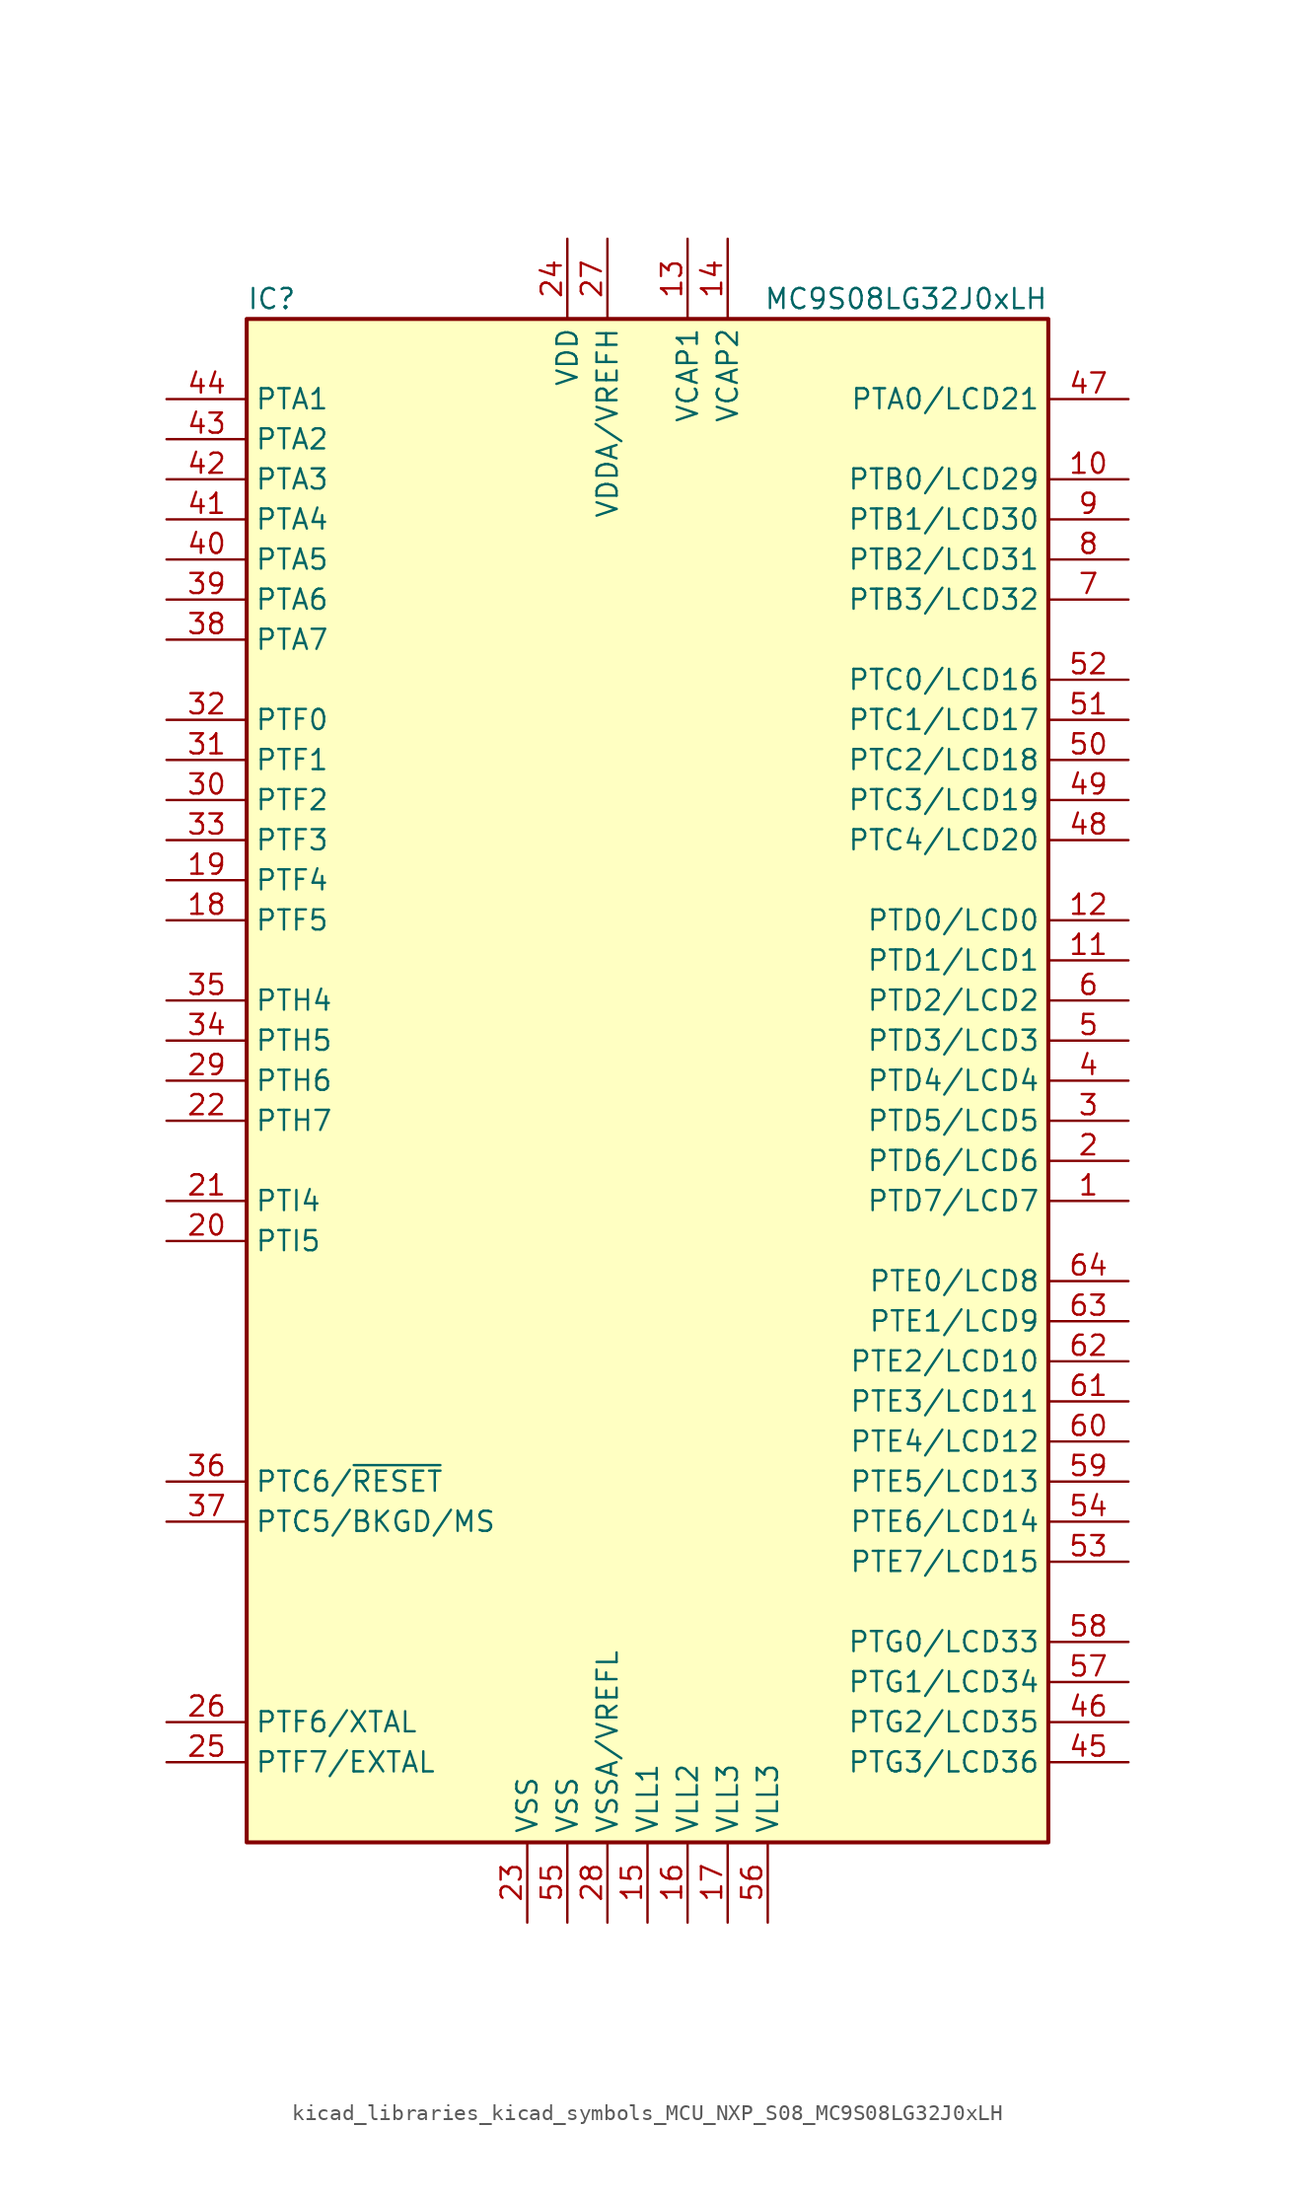
<source format=kicad_sym>
(kicad_symbol_lib
  (version 20220914)
  (generator kicad_symbol_editor)
  (symbol "kicad_libraries_kicad_symbols_MCU_NXP_S08_MC9S08LG32J0xLH"
    (property "Reference" "IC"
      (at -25.4 49.53 0)
      (effects (font (size 1.27 1.27)) (justify left)))
    (property "Value" "MC9S08LG32J0xLH"
      (at 25.4 49.53 0)
      (effects (font (size 1.27 1.27)) (justify right)))
    (symbol "kicad_libraries_kicad_symbols_MCU_NXP_S08_MC9S08LG32J0xLH_0_1"
      (rectangle (start -25.4 48.26) (end 25.4 -48.26) (stroke (width 0.254) (type default)) (fill (type background))))
    (symbol "kicad_libraries_kicad_symbols_MCU_NXP_S08_MC9S08LG32J0xLH_1_1"
      (pin bidirectional line (at 30.48 -7.62 180) (length 5.08) (name "PTD7/LCD7" (effects (font (size 1.27 1.27)))) (number "1" (effects (font (size 1.27 1.27)))))
      (pin bidirectional line (at 30.48 38.1 180) (length 5.08) (name "PTB0/LCD29" (effects (font (size 1.27 1.27)))) (number "10" (effects (font (size 1.27 1.27)))))
      (pin bidirectional line (at 30.48 7.62 180) (length 5.08) (name "PTD1/LCD1" (effects (font (size 1.27 1.27)))) (number "11" (effects (font (size 1.27 1.27)))))
      (pin bidirectional line (at 30.48 10.16 180) (length 5.08) (name "PTD0/LCD0" (effects (font (size 1.27 1.27)))) (number "12" (effects (font (size 1.27 1.27)))))
      (pin power_in line (at 2.54 53.34 270) (length 5.08) (name "VCAP1" (effects (font (size 1.27 1.27)))) (number "13" (effects (font (size 1.27 1.27)))))
      (pin power_in line (at 5.08 53.34 270) (length 5.08) (name "VCAP2" (effects (font (size 1.27 1.27)))) (number "14" (effects (font (size 1.27 1.27)))))
      (pin power_in line (at 0 -53.34 90) (length 5.08) (name "VLL1" (effects (font (size 1.27 1.27)))) (number "15" (effects (font (size 1.27 1.27)))))
      (pin power_in line (at 2.54 -53.34 90) (length 5.08) (name "VLL2" (effects (font (size 1.27 1.27)))) (number "16" (effects (font (size 1.27 1.27)))))
      (pin power_in line (at 5.08 -53.34 90) (length 5.08) (name "VLL3" (effects (font (size 1.27 1.27)))) (number "17" (effects (font (size 1.27 1.27)))))
      (pin bidirectional line (at -30.48 10.16 0) (length 5.08) (name "PTF5" (effects (font (size 1.27 1.27)))) (number "18" (effects (font (size 1.27 1.27)))))
      (pin bidirectional line (at -30.48 12.7 0) (length 5.08) (name "PTF4" (effects (font (size 1.27 1.27)))) (number "19" (effects (font (size 1.27 1.27)))))
      (pin bidirectional line (at 30.48 -5.08 180) (length 5.08) (name "PTD6/LCD6" (effects (font (size 1.27 1.27)))) (number "2" (effects (font (size 1.27 1.27)))))
      (pin bidirectional line (at -30.48 -10.16 0) (length 5.08) (name "PTI5" (effects (font (size 1.27 1.27)))) (number "20" (effects (font (size 1.27 1.27)))))
      (pin bidirectional line (at -30.48 -7.62 0) (length 5.08) (name "PTI4" (effects (font (size 1.27 1.27)))) (number "21" (effects (font (size 1.27 1.27)))))
      (pin bidirectional line (at -30.48 -2.54 0) (length 5.08) (name "PTH7" (effects (font (size 1.27 1.27)))) (number "22" (effects (font (size 1.27 1.27)))))
      (pin power_in line (at -7.62 -53.34 90) (length 5.08) (name "VSS" (effects (font (size 1.27 1.27)))) (number "23" (effects (font (size 1.27 1.27)))))
      (pin power_in line (at -5.08 53.34 270) (length 5.08) (name "VDD" (effects (font (size 1.27 1.27)))) (number "24" (effects (font (size 1.27 1.27)))))
      (pin bidirectional line (at -30.48 -43.18 0) (length 5.08) (name "PTF7/EXTAL" (effects (font (size 1.27 1.27)))) (number "25" (effects (font (size 1.27 1.27)))))
      (pin bidirectional line (at -30.48 -40.64 0) (length 5.08) (name "PTF6/XTAL" (effects (font (size 1.27 1.27)))) (number "26" (effects (font (size 1.27 1.27)))))
      (pin power_in line (at -2.54 53.34 270) (length 5.08) (name "VDDA/VREFH" (effects (font (size 1.27 1.27)))) (number "27" (effects (font (size 1.27 1.27)))))
      (pin power_in line (at -2.54 -53.34 90) (length 5.08) (name "VSSA/VREFL" (effects (font (size 1.27 1.27)))) (number "28" (effects (font (size 1.27 1.27)))))
      (pin bidirectional line (at -30.48 0 0) (length 5.08) (name "PTH6" (effects (font (size 1.27 1.27)))) (number "29" (effects (font (size 1.27 1.27)))))
      (pin bidirectional line (at 30.48 -2.54 180) (length 5.08) (name "PTD5/LCD5" (effects (font (size 1.27 1.27)))) (number "3" (effects (font (size 1.27 1.27)))))
      (pin bidirectional line (at -30.48 17.78 0) (length 5.08) (name "PTF2" (effects (font (size 1.27 1.27)))) (number "30" (effects (font (size 1.27 1.27)))))
      (pin bidirectional line (at -30.48 20.32 0) (length 5.08) (name "PTF1" (effects (font (size 1.27 1.27)))) (number "31" (effects (font (size 1.27 1.27)))))
      (pin bidirectional line (at -30.48 22.86 0) (length 5.08) (name "PTF0" (effects (font (size 1.27 1.27)))) (number "32" (effects (font (size 1.27 1.27)))))
      (pin bidirectional line (at -30.48 15.24 0) (length 5.08) (name "PTF3" (effects (font (size 1.27 1.27)))) (number "33" (effects (font (size 1.27 1.27)))))
      (pin bidirectional line (at -30.48 2.54 0) (length 5.08) (name "PTH5" (effects (font (size 1.27 1.27)))) (number "34" (effects (font (size 1.27 1.27)))))
      (pin bidirectional line (at -30.48 5.08 0) (length 5.08) (name "PTH4" (effects (font (size 1.27 1.27)))) (number "35" (effects (font (size 1.27 1.27)))))
      (pin bidirectional line (at -30.48 -25.4 0) (length 5.08) (name "PTC6/~{RESET}" (effects (font (size 1.27 1.27)))) (number "36" (effects (font (size 1.27 1.27)))))
      (pin bidirectional line (at -30.48 -27.94 0) (length 5.08) (name "PTC5/BKGD/MS" (effects (font (size 1.27 1.27)))) (number "37" (effects (font (size 1.27 1.27)))))
      (pin bidirectional line (at -30.48 27.94 0) (length 5.08) (name "PTA7" (effects (font (size 1.27 1.27)))) (number "38" (effects (font (size 1.27 1.27)))))
      (pin bidirectional line (at -30.48 30.48 0) (length 5.08) (name "PTA6" (effects (font (size 1.27 1.27)))) (number "39" (effects (font (size 1.27 1.27)))))
      (pin bidirectional line (at 30.48 0 180) (length 5.08) (name "PTD4/LCD4" (effects (font (size 1.27 1.27)))) (number "4" (effects (font (size 1.27 1.27)))))
      (pin bidirectional line (at -30.48 33.02 0) (length 5.08) (name "PTA5" (effects (font (size 1.27 1.27)))) (number "40" (effects (font (size 1.27 1.27)))))
      (pin bidirectional line (at -30.48 35.56 0) (length 5.08) (name "PTA4" (effects (font (size 1.27 1.27)))) (number "41" (effects (font (size 1.27 1.27)))))
      (pin bidirectional line (at -30.48 38.1 0) (length 5.08) (name "PTA3" (effects (font (size 1.27 1.27)))) (number "42" (effects (font (size 1.27 1.27)))))
      (pin bidirectional line (at -30.48 40.64 0) (length 5.08) (name "PTA2" (effects (font (size 1.27 1.27)))) (number "43" (effects (font (size 1.27 1.27)))))
      (pin bidirectional line (at -30.48 43.18 0) (length 5.08) (name "PTA1" (effects (font (size 1.27 1.27)))) (number "44" (effects (font (size 1.27 1.27)))))
      (pin bidirectional line (at 30.48 -43.18 180) (length 5.08) (name "PTG3/LCD36" (effects (font (size 1.27 1.27)))) (number "45" (effects (font (size 1.27 1.27)))))
      (pin bidirectional line (at 30.48 -40.64 180) (length 5.08) (name "PTG2/LCD35" (effects (font (size 1.27 1.27)))) (number "46" (effects (font (size 1.27 1.27)))))
      (pin bidirectional line (at 30.48 43.18 180) (length 5.08) (name "PTA0/LCD21" (effects (font (size 1.27 1.27)))) (number "47" (effects (font (size 1.27 1.27)))))
      (pin bidirectional line (at 30.48 15.24 180) (length 5.08) (name "PTC4/LCD20" (effects (font (size 1.27 1.27)))) (number "48" (effects (font (size 1.27 1.27)))))
      (pin bidirectional line (at 30.48 17.78 180) (length 5.08) (name "PTC3/LCD19" (effects (font (size 1.27 1.27)))) (number "49" (effects (font (size 1.27 1.27)))))
      (pin bidirectional line (at 30.48 2.54 180) (length 5.08) (name "PTD3/LCD3" (effects (font (size 1.27 1.27)))) (number "5" (effects (font (size 1.27 1.27)))))
      (pin bidirectional line (at 30.48 20.32 180) (length 5.08) (name "PTC2/LCD18" (effects (font (size 1.27 1.27)))) (number "50" (effects (font (size 1.27 1.27)))))
      (pin bidirectional line (at 30.48 22.86 180) (length 5.08) (name "PTC1/LCD17" (effects (font (size 1.27 1.27)))) (number "51" (effects (font (size 1.27 1.27)))))
      (pin bidirectional line (at 30.48 25.4 180) (length 5.08) (name "PTC0/LCD16" (effects (font (size 1.27 1.27)))) (number "52" (effects (font (size 1.27 1.27)))))
      (pin bidirectional line (at 30.48 -30.48 180) (length 5.08) (name "PTE7/LCD15" (effects (font (size 1.27 1.27)))) (number "53" (effects (font (size 1.27 1.27)))))
      (pin bidirectional line (at 30.48 -27.94 180) (length 5.08) (name "PTE6/LCD14" (effects (font (size 1.27 1.27)))) (number "54" (effects (font (size 1.27 1.27)))))
      (pin power_in line (at -5.08 -53.34 90) (length 5.08) (name "VSS" (effects (font (size 1.27 1.27)))) (number "55" (effects (font (size 1.27 1.27)))))
      (pin power_in line (at 7.62 -53.34 90) (length 5.08) (name "VLL3" (effects (font (size 1.27 1.27)))) (number "56" (effects (font (size 1.27 1.27)))))
      (pin bidirectional line (at 30.48 -38.1 180) (length 5.08) (name "PTG1/LCD34" (effects (font (size 1.27 1.27)))) (number "57" (effects (font (size 1.27 1.27)))))
      (pin bidirectional line (at 30.48 -35.56 180) (length 5.08) (name "PTG0/LCD33" (effects (font (size 1.27 1.27)))) (number "58" (effects (font (size 1.27 1.27)))))
      (pin bidirectional line (at 30.48 -25.4 180) (length 5.08) (name "PTE5/LCD13" (effects (font (size 1.27 1.27)))) (number "59" (effects (font (size 1.27 1.27)))))
      (pin bidirectional line (at 30.48 5.08 180) (length 5.08) (name "PTD2/LCD2" (effects (font (size 1.27 1.27)))) (number "6" (effects (font (size 1.27 1.27)))))
      (pin bidirectional line (at 30.48 -22.86 180) (length 5.08) (name "PTE4/LCD12" (effects (font (size 1.27 1.27)))) (number "60" (effects (font (size 1.27 1.27)))))
      (pin bidirectional line (at 30.48 -20.32 180) (length 5.08) (name "PTE3/LCD11" (effects (font (size 1.27 1.27)))) (number "61" (effects (font (size 1.27 1.27)))))
      (pin bidirectional line (at 30.48 -17.78 180) (length 5.08) (name "PTE2/LCD10" (effects (font (size 1.27 1.27)))) (number "62" (effects (font (size 1.27 1.27)))))
      (pin bidirectional line (at 30.48 -15.24 180) (length 5.08) (name "PTE1/LCD9" (effects (font (size 1.27 1.27)))) (number "63" (effects (font (size 1.27 1.27)))))
      (pin bidirectional line (at 30.48 -12.7 180) (length 5.08) (name "PTE0/LCD8" (effects (font (size 1.27 1.27)))) (number "64" (effects (font (size 1.27 1.27)))))
      (pin bidirectional line (at 30.48 30.48 180) (length 5.08) (name "PTB3/LCD32" (effects (font (size 1.27 1.27)))) (number "7" (effects (font (size 1.27 1.27)))))
      (pin bidirectional line (at 30.48 33.02 180) (length 5.08) (name "PTB2/LCD31" (effects (font (size 1.27 1.27)))) (number "8" (effects (font (size 1.27 1.27)))))
      (pin bidirectional line (at 30.48 35.56 180) (length 5.08) (name "PTB1/LCD30" (effects (font (size 1.27 1.27)))) (number "9" (effects (font (size 1.27 1.27))))))))
</source>
